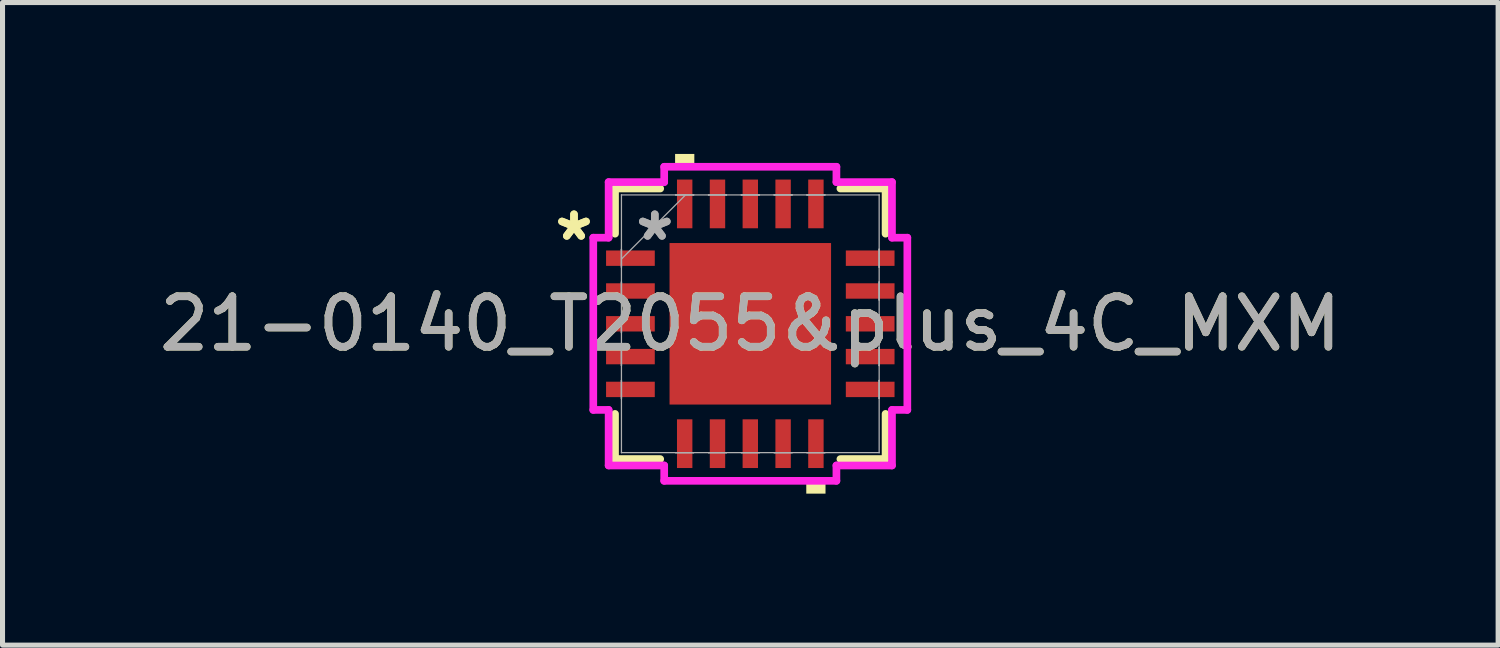
<source format=kicad_pcb>
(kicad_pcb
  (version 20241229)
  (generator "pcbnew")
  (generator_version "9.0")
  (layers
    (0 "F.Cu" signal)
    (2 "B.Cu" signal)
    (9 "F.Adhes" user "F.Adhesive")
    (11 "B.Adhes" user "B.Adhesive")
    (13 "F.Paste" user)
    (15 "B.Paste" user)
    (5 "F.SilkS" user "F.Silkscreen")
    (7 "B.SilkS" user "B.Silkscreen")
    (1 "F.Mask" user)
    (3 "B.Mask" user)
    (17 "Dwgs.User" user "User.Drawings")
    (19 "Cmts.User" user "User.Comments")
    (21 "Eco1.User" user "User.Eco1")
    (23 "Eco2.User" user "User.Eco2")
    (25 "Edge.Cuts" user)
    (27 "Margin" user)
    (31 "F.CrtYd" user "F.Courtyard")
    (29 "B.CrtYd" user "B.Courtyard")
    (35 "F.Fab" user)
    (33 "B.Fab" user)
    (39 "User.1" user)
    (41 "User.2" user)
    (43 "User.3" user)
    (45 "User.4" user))
  (footprint "21-0140_T2055&plus_4C_MXM"
    (layer "F.Cu")
    (at 11.815 3.365)
    (property "Reference" "21-0140_T2055&plus_4C_MXM" (at 0 0 0) (unlocked yes) (layer "F.SilkS") (effects (font (size 1 1) (thickness 0.15))))
    (attr smd)
    (fp_line (start -2.68 -2.68) (end -2.68 -1.785) (stroke (width 0.152) (type solid)) (layer "F.SilkS"))
    (fp_line (start -2.68 1.785) (end -2.68 2.68) (stroke (width 0.152) (type solid)) (layer "F.SilkS"))
    (fp_line (start -2.68 2.68) (end -1.785 2.68) (stroke (width 0.152) (type solid)) (layer "F.SilkS"))
    (fp_line (start -1.785 -2.68) (end -2.68 -2.68) (stroke (width 0.152) (type solid)) (layer "F.SilkS"))
    (fp_line (start 1.785 2.68) (end 2.68 2.68) (stroke (width 0.152) (type solid)) (layer "F.SilkS"))
    (fp_line (start 2.68 -2.68) (end 1.785 -2.68) (stroke (width 0.152) (type solid)) (layer "F.SilkS"))
    (fp_line (start 2.68 -1.785) (end 2.68 -2.68) (stroke (width 0.152) (type solid)) (layer "F.SilkS"))
    (fp_line (start 2.68 2.68) (end 2.68 1.785) (stroke (width 0.152) (type solid)) (layer "F.SilkS"))
    (fp_poly (pts (xy -1.49 -3.111) (xy -1.49 -3.365) (xy -1.109 -3.365) (xy -1.109 -3.111)) (stroke (width 0) (type solid)) (fill yes) (layer "F.SilkS"))
    (fp_poly (pts (xy 1.109 3.111) (xy 1.109 3.365) (xy 1.49 3.365) (xy 1.49 3.111)) (stroke (width 0) (type solid)) (fill yes) (layer "F.SilkS"))
    (fp_poly (pts (xy -1.5 -1.5) (xy -1.5 -0.1) (xy -0.1 -0.1) (xy -0.1 -1.5)) (stroke (width 0) (type solid)) (fill yes) (layer "F.Paste"))
    (fp_poly (pts (xy -1.5 0.1) (xy -1.5 1.5) (xy -0.1 1.5) (xy -0.1 0.1)) (stroke (width 0) (type solid)) (fill yes) (layer "F.Paste"))
    (fp_poly (pts (xy 0.1 -1.5) (xy 0.1 -0.1) (xy 1.5 -0.1) (xy 1.5 -1.5)) (stroke (width 0) (type solid)) (fill yes) (layer "F.Paste"))
    (fp_poly (pts (xy 0.1 0.1) (xy 0.1 1.5) (xy 1.5 1.5) (xy 1.5 0.1)) (stroke (width 0) (type solid)) (fill yes) (layer "F.Paste"))
    (fp_line (start -3.111 -1.706) (end -2.807 -1.706) (stroke (width 0.152) (type solid)) (layer "F.CrtYd"))
    (fp_line (start -3.111 1.706) (end -3.111 -1.706) (stroke (width 0.152) (type solid)) (layer "F.CrtYd"))
    (fp_line (start -2.807 -2.807) (end -1.706 -2.807) (stroke (width 0.152) (type solid)) (layer "F.CrtYd"))
    (fp_line (start -2.807 -1.706) (end -2.807 -2.807) (stroke (width 0.152) (type solid)) (layer "F.CrtYd"))
    (fp_line (start -2.807 1.706) (end -3.111 1.706) (stroke (width 0.152) (type solid)) (layer "F.CrtYd"))
    (fp_line (start -2.807 2.807) (end -2.807 1.706) (stroke (width 0.152) (type solid)) (layer "F.CrtYd"))
    (fp_line (start -1.706 -3.111) (end 1.706 -3.111) (stroke (width 0.152) (type solid)) (layer "F.CrtYd"))
    (fp_line (start -1.706 -2.807) (end -1.706 -3.111) (stroke (width 0.152) (type solid)) (layer "F.CrtYd"))
    (fp_line (start -1.706 2.807) (end -2.807 2.807) (stroke (width 0.152) (type solid)) (layer "F.CrtYd"))
    (fp_line (start -1.706 3.111) (end -1.706 2.807) (stroke (width 0.152) (type solid)) (layer "F.CrtYd"))
    (fp_line (start 1.706 -3.111) (end 1.706 -2.807) (stroke (width 0.152) (type solid)) (layer "F.CrtYd"))
    (fp_line (start 1.706 -2.807) (end 2.807 -2.807) (stroke (width 0.152) (type solid)) (layer "F.CrtYd"))
    (fp_line (start 1.706 2.807) (end 1.706 3.111) (stroke (width 0.152) (type solid)) (layer "F.CrtYd"))
    (fp_line (start 1.706 3.111) (end -1.706 3.111) (stroke (width 0.152) (type solid)) (layer "F.CrtYd"))
    (fp_line (start 2.807 -2.807) (end 2.807 -1.706) (stroke (width 0.152) (type solid)) (layer "F.CrtYd"))
    (fp_line (start 2.807 -1.706) (end 3.111 -1.706) (stroke (width 0.152) (type solid)) (layer "F.CrtYd"))
    (fp_line (start 2.807 1.706) (end 2.807 2.807) (stroke (width 0.152) (type solid)) (layer "F.CrtYd"))
    (fp_line (start 2.807 2.807) (end 1.706 2.807) (stroke (width 0.152) (type solid)) (layer "F.CrtYd"))
    (fp_line (start 3.111 -1.706) (end 3.111 1.706) (stroke (width 0.152) (type solid)) (layer "F.CrtYd"))
    (fp_line (start 3.111 1.706) (end 2.807 1.706) (stroke (width 0.152) (type solid)) (layer "F.CrtYd"))
    (fp_line (start -2.553 -2.553) (end -2.553 -2.553) (stroke (width 0.025) (type solid)) (layer "F.Fab"))
    (fp_line (start -2.553 -2.553) (end -2.553 2.553) (stroke (width 0.025) (type solid)) (layer "F.Fab"))
    (fp_line (start -2.553 -1.478) (end -2.553 -1.478) (stroke (width 0.025) (type solid)) (layer "F.Fab"))
    (fp_line (start -2.553 -1.478) (end -2.553 -1.122) (stroke (width 0.025) (type solid)) (layer "F.Fab"))
    (fp_line (start -2.553 -1.283) (end -1.283 -2.553) (stroke (width 0.025) (type solid)) (layer "F.Fab"))
    (fp_line (start -2.553 -1.122) (end -2.553 -1.478) (stroke (width 0.025) (type solid)) (layer "F.Fab"))
    (fp_line (start -2.553 -1.122) (end -2.553 -1.122) (stroke (width 0.025) (type solid)) (layer "F.Fab"))
    (fp_line (start -2.553 -0.828) (end -2.553 -0.828) (stroke (width 0.025) (type solid)) (layer "F.Fab"))
    (fp_line (start -2.553 -0.828) (end -2.553 -0.472) (stroke (width 0.025) (type solid)) (layer "F.Fab"))
    (fp_line (start -2.553 -0.472) (end -2.553 -0.828) (stroke (width 0.025) (type solid)) (layer "F.Fab"))
    (fp_line (start -2.553 -0.472) (end -2.553 -0.472) (stroke (width 0.025) (type solid)) (layer "F.Fab"))
    (fp_line (start -2.553 -0.178) (end -2.553 -0.178) (stroke (width 0.025) (type solid)) (layer "F.Fab"))
    (fp_line (start -2.553 -0.178) (end -2.553 0.178) (stroke (width 0.025) (type solid)) (layer "F.Fab"))
    (fp_line (start -2.553 0.178) (end -2.553 -0.178) (stroke (width 0.025) (type solid)) (layer "F.Fab"))
    (fp_line (start -2.553 0.178) (end -2.553 0.178) (stroke (width 0.025) (type solid)) (layer "F.Fab"))
    (fp_line (start -2.553 0.472) (end -2.553 0.472) (stroke (width 0.025) (type solid)) (layer "F.Fab"))
    (fp_line (start -2.553 0.472) (end -2.553 0.828) (stroke (width 0.025) (type solid)) (layer "F.Fab"))
    (fp_line (start -2.553 0.828) (end -2.553 0.472) (stroke (width 0.025) (type solid)) (layer "F.Fab"))
    (fp_line (start -2.553 0.828) (end -2.553 0.828) (stroke (width 0.025) (type solid)) (layer "F.Fab"))
    (fp_line (start -2.553 1.122) (end -2.553 1.122) (stroke (width 0.025) (type solid)) (layer "F.Fab"))
    (fp_line (start -2.553 1.122) (end -2.553 1.478) (stroke (width 0.025) (type solid)) (layer "F.Fab"))
    (fp_line (start -2.553 1.478) (end -2.553 1.122) (stroke (width 0.025) (type solid)) (layer "F.Fab"))
    (fp_line (start -2.553 1.478) (end -2.553 1.478) (stroke (width 0.025) (type solid)) (layer "F.Fab"))
    (fp_line (start -2.553 2.553) (end -2.553 2.553) (stroke (width 0.025) (type solid)) (layer "F.Fab"))
    (fp_line (start -2.553 2.553) (end 2.553 2.553) (stroke (width 0.025) (type solid)) (layer "F.Fab"))
    (fp_line (start -1.478 -2.553) (end -1.478 -2.553) (stroke (width 0.025) (type solid)) (layer "F.Fab"))
    (fp_line (start -1.478 -2.553) (end -1.122 -2.553) (stroke (width 0.025) (type solid)) (layer "F.Fab"))
    (fp_line (start -1.478 2.553) (end -1.478 2.553) (stroke (width 0.025) (type solid)) (layer "F.Fab"))
    (fp_line (start -1.478 2.553) (end -1.122 2.553) (stroke (width 0.025) (type solid)) (layer "F.Fab"))
    (fp_line (start -1.122 -2.553) (end -1.478 -2.553) (stroke (width 0.025) (type solid)) (layer "F.Fab"))
    (fp_line (start -1.122 -2.553) (end -1.122 -2.553) (stroke (width 0.025) (type solid)) (layer "F.Fab"))
    (fp_line (start -1.122 2.553) (end -1.478 2.553) (stroke (width 0.025) (type solid)) (layer "F.Fab"))
    (fp_line (start -1.122 2.553) (end -1.122 2.553) (stroke (width 0.025) (type solid)) (layer "F.Fab"))
    (fp_line (start -0.828 -2.553) (end -0.828 -2.553) (stroke (width 0.025) (type solid)) (layer "F.Fab"))
    (fp_line (start -0.828 -2.553) (end -0.472 -2.553) (stroke (width 0.025) (type solid)) (layer "F.Fab"))
    (fp_line (start -0.828 2.553) (end -0.828 2.553) (stroke (width 0.025) (type solid)) (layer "F.Fab"))
    (fp_line (start -0.828 2.553) (end -0.472 2.553) (stroke (width 0.025) (type solid)) (layer "F.Fab"))
    (fp_line (start -0.472 -2.553) (end -0.828 -2.553) (stroke (width 0.025) (type solid)) (layer "F.Fab"))
    (fp_line (start -0.472 -2.553) (end -0.472 -2.553) (stroke (width 0.025) (type solid)) (layer "F.Fab"))
    (fp_line (start -0.472 2.553) (end -0.828 2.553) (stroke (width 0.025) (type solid)) (layer "F.Fab"))
    (fp_line (start -0.472 2.553) (end -0.472 2.553) (stroke (width 0.025) (type solid)) (layer "F.Fab"))
    (fp_line (start -0.178 -2.553) (end -0.178 -2.553) (stroke (width 0.025) (type solid)) (layer "F.Fab"))
    (fp_line (start -0.178 -2.553) (end 0.178 -2.553) (stroke (width 0.025) (type solid)) (layer "F.Fab"))
    (fp_line (start -0.178 2.553) (end -0.178 2.553) (stroke (width 0.025) (type solid)) (layer "F.Fab"))
    (fp_line (start -0.178 2.553) (end 0.178 2.553) (stroke (width 0.025) (type solid)) (layer "F.Fab"))
    (fp_line (start 0.178 -2.553) (end -0.178 -2.553) (stroke (width 0.025) (type solid)) (layer "F.Fab"))
    (fp_line (start 0.178 -2.553) (end 0.178 -2.553) (stroke (width 0.025) (type solid)) (layer "F.Fab"))
    (fp_line (start 0.178 2.553) (end -0.178 2.553) (stroke (width 0.025) (type solid)) (layer "F.Fab"))
    (fp_line (start 0.178 2.553) (end 0.178 2.553) (stroke (width 0.025) (type solid)) (layer "F.Fab"))
    (fp_line (start 0.472 -2.553) (end 0.472 -2.553) (stroke (width 0.025) (type solid)) (layer "F.Fab"))
    (fp_line (start 0.472 -2.553) (end 0.828 -2.553) (stroke (width 0.025) (type solid)) (layer "F.Fab"))
    (fp_line (start 0.472 2.553) (end 0.472 2.553) (stroke (width 0.025) (type solid)) (layer "F.Fab"))
    (fp_line (start 0.472 2.553) (end 0.828 2.553) (stroke (width 0.025) (type solid)) (layer "F.Fab"))
    (fp_line (start 0.828 -2.553) (end 0.472 -2.553) (stroke (width 0.025) (type solid)) (layer "F.Fab"))
    (fp_line (start 0.828 -2.553) (end 0.828 -2.553) (stroke (width 0.025) (type solid)) (layer "F.Fab"))
    (fp_line (start 0.828 2.553) (end 0.472 2.553) (stroke (width 0.025) (type solid)) (layer "F.Fab"))
    (fp_line (start 0.828 2.553) (end 0.828 2.553) (stroke (width 0.025) (type solid)) (layer "F.Fab"))
    (fp_line (start 1.122 -2.553) (end 1.122 -2.553) (stroke (width 0.025) (type solid)) (layer "F.Fab"))
    (fp_line (start 1.122 -2.553) (end 1.478 -2.553) (stroke (width 0.025) (type solid)) (layer "F.Fab"))
    (fp_line (start 1.122 2.553) (end 1.122 2.553) (stroke (width 0.025) (type solid)) (layer "F.Fab"))
    (fp_line (start 1.122 2.553) (end 1.478 2.553) (stroke (width 0.025) (type solid)) (layer "F.Fab"))
    (fp_line (start 1.478 -2.553) (end 1.122 -2.553) (stroke (width 0.025) (type solid)) (layer "F.Fab"))
    (fp_line (start 1.478 -2.553) (end 1.478 -2.553) (stroke (width 0.025) (type solid)) (layer "F.Fab"))
    (fp_line (start 1.478 2.553) (end 1.122 2.553) (stroke (width 0.025) (type solid)) (layer "F.Fab"))
    (fp_line (start 1.478 2.553) (end 1.478 2.553) (stroke (width 0.025) (type solid)) (layer "F.Fab"))
    (fp_line (start 2.553 -2.553) (end -2.553 -2.553) (stroke (width 0.025) (type solid)) (layer "F.Fab"))
    (fp_line (start 2.553 -2.553) (end 2.553 -2.553) (stroke (width 0.025) (type solid)) (layer "F.Fab"))
    (fp_line (start 2.553 -1.478) (end 2.553 -1.478) (stroke (width 0.025) (type solid)) (layer "F.Fab"))
    (fp_line (start 2.553 -1.478) (end 2.553 -1.122) (stroke (width 0.025) (type solid)) (layer "F.Fab"))
    (fp_line (start 2.553 -1.122) (end 2.553 -1.478) (stroke (width 0.025) (type solid)) (layer "F.Fab"))
    (fp_line (start 2.553 -1.122) (end 2.553 -1.122) (stroke (width 0.025) (type solid)) (layer "F.Fab"))
    (fp_line (start 2.553 -0.828) (end 2.553 -0.828) (stroke (width 0.025) (type solid)) (layer "F.Fab"))
    (fp_line (start 2.553 -0.828) (end 2.553 -0.472) (stroke (width 0.025) (type solid)) (layer "F.Fab"))
    (fp_line (start 2.553 -0.472) (end 2.553 -0.828) (stroke (width 0.025) (type solid)) (layer "F.Fab"))
    (fp_line (start 2.553 -0.472) (end 2.553 -0.472) (stroke (width 0.025) (type solid)) (layer "F.Fab"))
    (fp_line (start 2.553 -0.178) (end 2.553 -0.178) (stroke (width 0.025) (type solid)) (layer "F.Fab"))
    (fp_line (start 2.553 -0.178) (end 2.553 0.178) (stroke (width 0.025) (type solid)) (layer "F.Fab"))
    (fp_line (start 2.553 0.178) (end 2.553 -0.178) (stroke (width 0.025) (type solid)) (layer "F.Fab"))
    (fp_line (start 2.553 0.178) (end 2.553 0.178) (stroke (width 0.025) (type solid)) (layer "F.Fab"))
    (fp_line (start 2.553 0.472) (end 2.553 0.472) (stroke (width 0.025) (type solid)) (layer "F.Fab"))
    (fp_line (start 2.553 0.472) (end 2.553 0.828) (stroke (width 0.025) (type solid)) (layer "F.Fab"))
    (fp_line (start 2.553 0.828) (end 2.553 0.472) (stroke (width 0.025) (type solid)) (layer "F.Fab"))
    (fp_line (start 2.553 0.828) (end 2.553 0.828) (stroke (width 0.025) (type solid)) (layer "F.Fab"))
    (fp_line (start 2.553 1.122) (end 2.553 1.122) (stroke (width 0.025) (type solid)) (layer "F.Fab"))
    (fp_line (start 2.553 1.122) (end 2.553 1.478) (stroke (width 0.025) (type solid)) (layer "F.Fab"))
    (fp_line (start 2.553 1.478) (end 2.553 1.122) (stroke (width 0.025) (type solid)) (layer "F.Fab"))
    (fp_line (start 2.553 1.478) (end 2.553 1.478) (stroke (width 0.025) (type solid)) (layer "F.Fab"))
    (fp_line (start 2.553 2.553) (end 2.553 -2.553) (stroke (width 0.025) (type solid)) (layer "F.Fab"))
    (fp_line (start 2.553 2.553) (end 2.553 2.553) (stroke (width 0.025) (type solid)) (layer "F.Fab"))
    (fp_text user "*" (at -3.493 -1.625 0) (unlocked yes) (layer "F.SilkS") (effects (font (size 1 1) (thickness 0.15))))
    (fp_text user "*" (at -3.493 -1.625 0) (layer "F.SilkS") (effects (font (size 1 1) (thickness 0.15))))
    (fp_text user "*" (at -1.892 -1.625 0) (unlocked yes) (layer "F.Fab") (effects (font (size 1 1) (thickness 0.15))))
    (fp_text user "${REFERENCE}" (at 0 0 0) (unlocked yes) (layer "F.Fab") (effects (font (size 1 1) (thickness 0.15))))
    (fp_text user "*" (at -1.892 -1.625 0) (layer "F.Fab") (effects (font (size 1 1) (thickness 0.15))))
    (pad "1" smd rect (at -2.375 -1.3 90) (size 0.305 0.965) (layers "F.Cu" "F.Mask" "F.Paste"))
    (pad "2" smd rect (at -2.375 -0.65 90) (size 0.305 0.965) (layers "F.Cu" "F.Mask" "F.Paste"))
    (pad "3" smd rect (at -2.375 0 90) (size 0.305 0.965) (layers "F.Cu" "F.Mask" "F.Paste"))
    (pad "4" smd rect (at -2.375 0.65 90) (size 0.305 0.965) (layers "F.Cu" "F.Mask" "F.Paste"))
    (pad "5" smd rect (at -2.375 1.3 90) (size 0.305 0.965) (layers "F.Cu" "F.Mask" "F.Paste"))
    (pad "6" smd rect (at -1.3 2.375) (size 0.305 0.965) (layers "F.Cu" "F.Mask" "F.Paste"))
    (pad "7" smd rect (at -0.65 2.375) (size 0.305 0.965) (layers "F.Cu" "F.Mask" "F.Paste"))
    (pad "8" smd rect (at 0 2.375) (size 0.305 0.965) (layers "F.Cu" "F.Mask" "F.Paste"))
    (pad "9" smd rect (at 0.65 2.375) (size 0.305 0.965) (layers "F.Cu" "F.Mask" "F.Paste"))
    (pad "10" smd rect (at 1.3 2.375) (size 0.305 0.965) (layers "F.Cu" "F.Mask" "F.Paste"))
    (pad "11" smd rect (at 2.375 1.3 90) (size 0.305 0.965) (layers "F.Cu" "F.Mask" "F.Paste"))
    (pad "12" smd rect (at 2.375 0.65 90) (size 0.305 0.965) (layers "F.Cu" "F.Mask" "F.Paste"))
    (pad "13" smd rect (at 2.375 0 90) (size 0.305 0.965) (layers "F.Cu" "F.Mask" "F.Paste"))
    (pad "14" smd rect (at 2.375 -0.65 90) (size 0.305 0.965) (layers "F.Cu" "F.Mask" "F.Paste"))
    (pad "15" smd rect (at 2.375 -1.3 90) (size 0.305 0.965) (layers "F.Cu" "F.Mask" "F.Paste"))
    (pad "16" smd rect (at 1.3 -2.375) (size 0.305 0.965) (layers "F.Cu" "F.Mask" "F.Paste"))
    (pad "17" smd rect (at 0.65 -2.375) (size 0.305 0.965) (layers "F.Cu" "F.Mask" "F.Paste"))
    (pad "18" smd rect (at 0 -2.375) (size 0.305 0.965) (layers "F.Cu" "F.Mask" "F.Paste"))
    (pad "19" smd rect (at -0.65 -2.375) (size 0.305 0.965) (layers "F.Cu" "F.Mask" "F.Paste"))
    (pad "20" smd rect (at -1.3 -2.375) (size 0.305 0.965) (layers "F.Cu" "F.Mask" "F.Paste"))
    (pad "21" smd rect (at 0 0) (size 3.2 3.2) (layers "F.Cu" "F.Mask")))
  (gr_rect
    (start -3 -3)
    (end 26.631 9.731)
    (stroke (width 0.1) (type default))
    (fill no)
    (layer "Edge.Cuts")))
</source>
